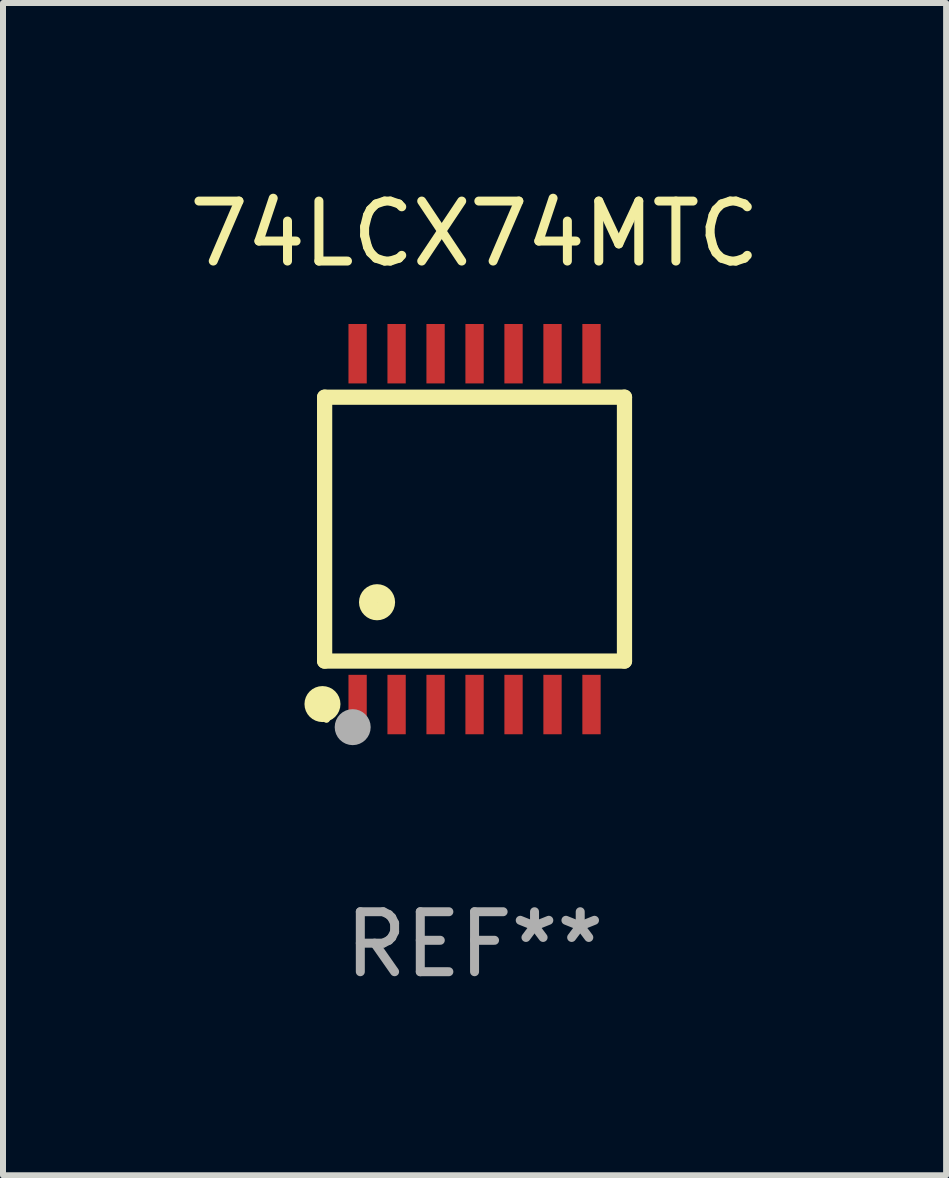
<source format=kicad_pcb>
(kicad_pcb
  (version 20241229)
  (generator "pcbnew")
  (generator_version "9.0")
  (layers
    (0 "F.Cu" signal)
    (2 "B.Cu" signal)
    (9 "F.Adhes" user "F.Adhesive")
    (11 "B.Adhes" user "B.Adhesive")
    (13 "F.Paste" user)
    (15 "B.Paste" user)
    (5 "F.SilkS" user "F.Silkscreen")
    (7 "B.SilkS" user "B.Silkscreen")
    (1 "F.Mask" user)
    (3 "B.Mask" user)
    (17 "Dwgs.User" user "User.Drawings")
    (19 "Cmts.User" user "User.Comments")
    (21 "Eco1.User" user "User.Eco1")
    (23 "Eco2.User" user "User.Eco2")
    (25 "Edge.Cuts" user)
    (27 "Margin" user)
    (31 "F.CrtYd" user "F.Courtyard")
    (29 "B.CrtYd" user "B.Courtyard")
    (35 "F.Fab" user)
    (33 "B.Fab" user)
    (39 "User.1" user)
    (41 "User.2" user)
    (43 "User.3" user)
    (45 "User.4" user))
  (footprint "74LCX74MTC"
    (layer "F.Cu")
    (at 4.863 5.773)
    (property "Reference" "74LCX74MTC" (at 0 -4.925 0) (layer "F.SilkS") (effects (font (size 1 1) (thickness 0.15))))
    (attr through_hole)
    (fp_line (start -2.5 2.2) (end -2.5 -2.2) (stroke (width 0.254) (type solid)) (layer "F.SilkS"))
    (fp_line (start -2.5 2.2) (end 2.5 2.2) (stroke (width 0.254) (type solid)) (layer "F.SilkS"))
    (fp_line (start 2.5 -2.2) (end -2.5 -2.2) (stroke (width 0.254) (type solid)) (layer "F.SilkS"))
    (fp_line (start 2.5 -2.2) (end 2.5 2.2) (stroke (width 0.254) (type solid)) (layer "F.SilkS"))
    (fp_circle (center -2.536 2.917) (end -2.386 2.917) (stroke (width 0.3) (type solid)) (fill no) (layer "F.SilkS"))
    (fp_circle (center -2.47 3.17) (end -2.44 3.17) (stroke (width 0.06) (type solid)) (fill no) (layer "F.SilkS"))
    (fp_circle (center -1.626 1.219) (end -1.475 1.219) (stroke (width 0.3) (type solid)) (fill no) (layer "F.SilkS"))
    (fp_circle (center -2.032 3.302) (end -1.882 3.302) (stroke (width 0.3) (type solid)) (fill no) (layer "F.Fab"))
    (fp_text user "REF**" (at 0 6.925 0) (layer "F.Fab") (effects (font (size 1 1) (thickness 0.15))))
    (pad "1" smd rect (at -1.95 2.925) (size 0.305 0.991) (layers "F.Cu" "F.Mask" "F.Paste"))
    (pad "2" smd rect (at -1.3 2.925) (size 0.305 0.991) (layers "F.Cu" "F.Mask" "F.Paste"))
    (pad "3" smd rect (at -0.65 2.925) (size 0.305 0.991) (layers "F.Cu" "F.Mask" "F.Paste"))
    (pad "4" smd rect (at 0 2.925) (size 0.305 0.991) (layers "F.Cu" "F.Mask" "F.Paste"))
    (pad "5" smd rect (at 0.65 2.925) (size 0.305 0.991) (layers "F.Cu" "F.Mask" "F.Paste"))
    (pad "6" smd rect (at 1.3 2.925) (size 0.305 0.991) (layers "F.Cu" "F.Mask" "F.Paste"))
    (pad "7" smd rect (at 1.95 2.925) (size 0.305 0.991) (layers "F.Cu" "F.Mask" "F.Paste"))
    (pad "8" smd rect (at 1.95 -2.925) (size 0.305 0.991) (layers "F.Cu" "F.Mask" "F.Paste"))
    (pad "9" smd rect (at 1.3 -2.925) (size 0.305 0.991) (layers "F.Cu" "F.Mask" "F.Paste"))
    (pad "10" smd rect (at 0.65 -2.925) (size 0.305 0.991) (layers "F.Cu" "F.Mask" "F.Paste"))
    (pad "11" smd rect (at 0 -2.925) (size 0.305 0.991) (layers "F.Cu" "F.Mask" "F.Paste"))
    (pad "12" smd rect (at -0.65 -2.925) (size 0.305 0.991) (layers "F.Cu" "F.Mask" "F.Paste"))
    (pad "13" smd rect (at -1.3 -2.925) (size 0.305 0.991) (layers "F.Cu" "F.Mask" "F.Paste"))
    (pad "14" smd rect (at -1.95 -2.925) (size 0.305 0.991) (layers "F.Cu" "F.Mask" "F.Paste")))
  (gr_rect
    (start -3 -3)
    (end 12.726 16.547)
    (stroke (width 0.1) (type default))
    (fill no)
    (layer "Edge.Cuts")))
</source>
